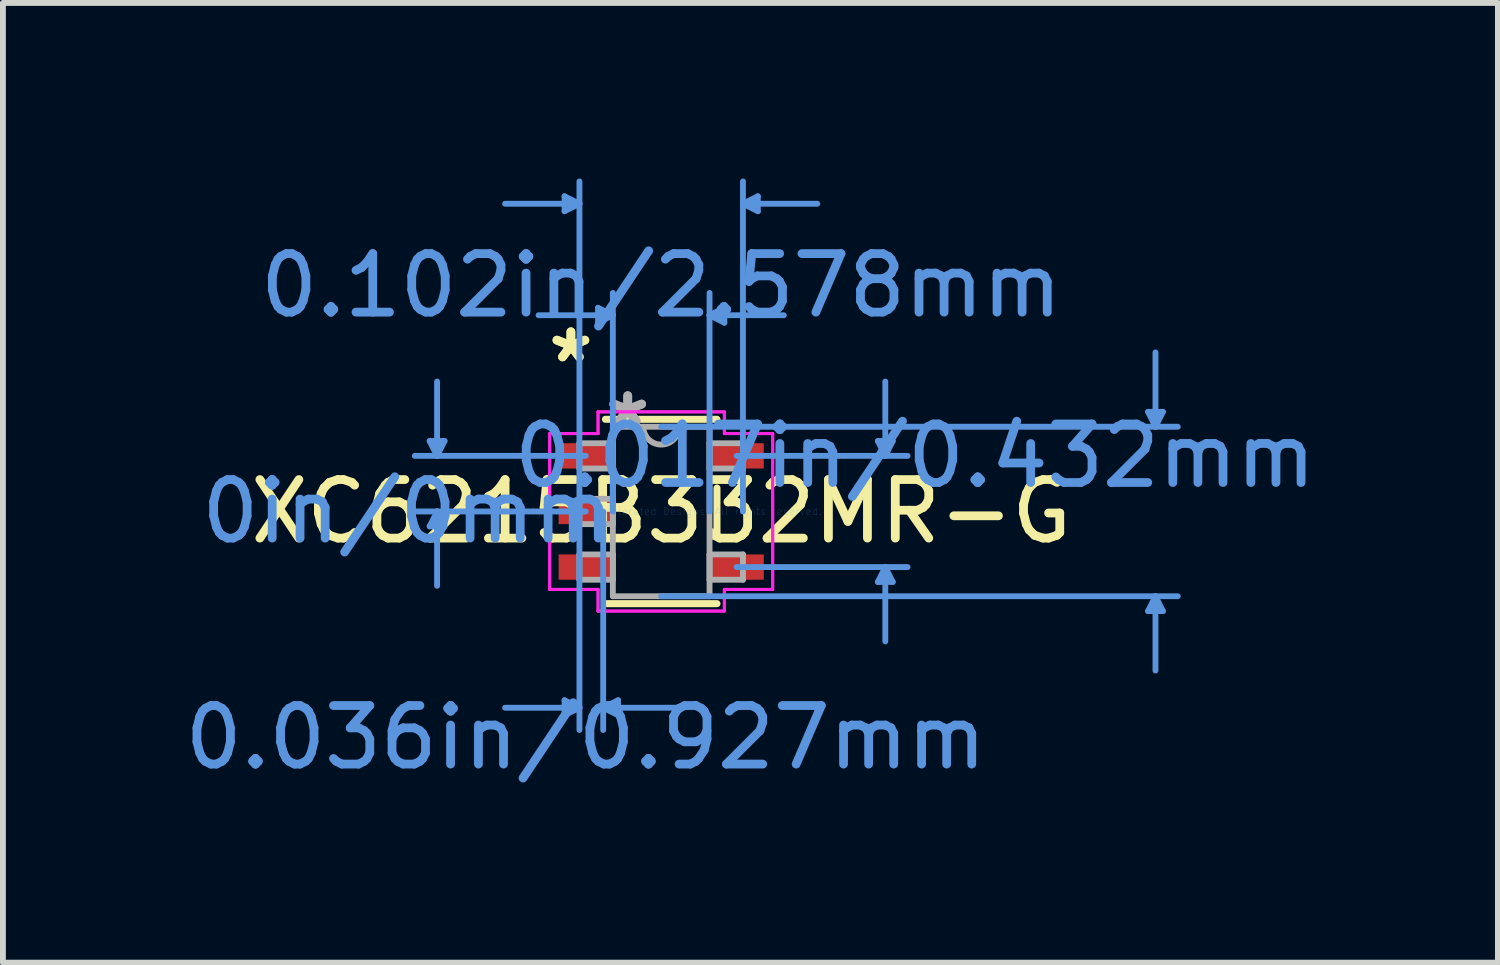
<source format=kicad_pcb>
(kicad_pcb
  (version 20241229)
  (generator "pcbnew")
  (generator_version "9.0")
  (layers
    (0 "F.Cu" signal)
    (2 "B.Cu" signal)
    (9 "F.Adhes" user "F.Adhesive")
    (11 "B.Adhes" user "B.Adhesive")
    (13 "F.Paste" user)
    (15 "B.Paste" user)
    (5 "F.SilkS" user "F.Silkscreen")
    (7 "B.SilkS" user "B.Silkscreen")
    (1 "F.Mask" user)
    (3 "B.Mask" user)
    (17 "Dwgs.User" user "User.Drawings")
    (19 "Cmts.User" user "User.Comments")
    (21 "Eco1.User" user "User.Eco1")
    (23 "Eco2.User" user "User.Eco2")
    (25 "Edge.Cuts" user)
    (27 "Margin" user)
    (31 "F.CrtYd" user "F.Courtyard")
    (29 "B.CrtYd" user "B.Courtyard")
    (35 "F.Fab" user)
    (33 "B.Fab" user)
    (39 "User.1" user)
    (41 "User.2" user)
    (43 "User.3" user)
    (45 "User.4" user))
  (footprint "XC6215B332MR-G"
    (layer "F.Cu")
    (at 8.247 5.689)
    (property "Reference" "XC6215B332MR-G" (at 0 0 0) (layer "F.SilkS") (effects (font (size 1 1) (thickness 0.15))))
    (attr through_hole)
    (fp_line (start -0.953 1.575) (end 0.953 1.575) (stroke (width 0.12) (type solid)) (layer "F.SilkS"))
    (fp_line (start 0.953 -1.575) (end -0.953 -1.575) (stroke (width 0.12) (type solid)) (layer "F.SilkS"))
    (fp_line (start 0.953 0.401) (end 0.953 -0.401) (stroke (width 0.12) (type solid)) (layer "F.SilkS"))
    (fp_line (start -3.956 -1.204) (end -3.702 -1.204) (stroke (width 0.1) (type solid)) (layer "Cmts.User"))
    (fp_line (start -3.956 0.254) (end -3.702 0.254) (stroke (width 0.1) (type solid)) (layer "Cmts.User"))
    (fp_line (start -3.829 -0.95) (end -3.956 -1.204) (stroke (width 0.1) (type solid)) (layer "Cmts.User"))
    (fp_line (start -3.829 -0.95) (end -3.829 -2.22) (stroke (width 0.1) (type solid)) (layer "Cmts.User"))
    (fp_line (start -3.829 -0.95) (end -3.702 -1.204) (stroke (width 0.1) (type solid)) (layer "Cmts.User"))
    (fp_line (start -3.829 0) (end -3.956 0.254) (stroke (width 0.1) (type solid)) (layer "Cmts.User"))
    (fp_line (start -3.829 0) (end -3.829 1.27) (stroke (width 0.1) (type solid)) (layer "Cmts.User"))
    (fp_line (start -3.829 0) (end -3.702 0.254) (stroke (width 0.1) (type solid)) (layer "Cmts.User"))
    (fp_line (start -1.651 -5.385) (end -1.651 -5.131) (stroke (width 0.1) (type solid)) (layer "Cmts.User"))
    (fp_line (start -1.651 3.226) (end -1.651 3.48) (stroke (width 0.1) (type solid)) (layer "Cmts.User"))
    (fp_line (start -1.397 -5.258) (end -2.667 -5.258) (stroke (width 0.1) (type solid)) (layer "Cmts.User"))
    (fp_line (start -1.397 -5.258) (end -1.651 -5.385) (stroke (width 0.1) (type solid)) (layer "Cmts.User"))
    (fp_line (start -1.397 -5.258) (end -1.651 -5.131) (stroke (width 0.1) (type solid)) (layer "Cmts.User"))
    (fp_line (start -1.397 0) (end -1.397 -5.639) (stroke (width 0.1) (type solid)) (layer "Cmts.User"))
    (fp_line (start -1.397 0) (end -1.397 3.734) (stroke (width 0.1) (type solid)) (layer "Cmts.User"))
    (fp_line (start -1.397 3.353) (end -2.667 3.353) (stroke (width 0.1) (type solid)) (layer "Cmts.User"))
    (fp_line (start -1.397 3.353) (end -1.651 3.226) (stroke (width 0.1) (type solid)) (layer "Cmts.User"))
    (fp_line (start -1.397 3.353) (end -1.651 3.48) (stroke (width 0.1) (type solid)) (layer "Cmts.User"))
    (fp_line (start -1.289 -0.95) (end -4.21 -0.95) (stroke (width 0.1) (type solid)) (layer "Cmts.User"))
    (fp_line (start -1.289 0) (end -4.21 0) (stroke (width 0.1) (type solid)) (layer "Cmts.User"))
    (fp_line (start -1.079 -3.48) (end -1.079 -3.226) (stroke (width 0.1) (type solid)) (layer "Cmts.User"))
    (fp_line (start -0.991 0) (end -0.991 3.734) (stroke (width 0.1) (type solid)) (layer "Cmts.User"))
    (fp_line (start -0.991 3.353) (end -0.737 3.226) (stroke (width 0.1) (type solid)) (layer "Cmts.User"))
    (fp_line (start -0.991 3.353) (end -0.737 3.48) (stroke (width 0.1) (type solid)) (layer "Cmts.User"))
    (fp_line (start -0.991 3.353) (end 0.279 3.353) (stroke (width 0.1) (type solid)) (layer "Cmts.User"))
    (fp_line (start -0.826 -3.353) (end -2.095 -3.353) (stroke (width 0.1) (type solid)) (layer "Cmts.User"))
    (fp_line (start -0.826 -3.353) (end -1.079 -3.48) (stroke (width 0.1) (type solid)) (layer "Cmts.User"))
    (fp_line (start -0.826 -3.353) (end -1.079 -3.226) (stroke (width 0.1) (type solid)) (layer "Cmts.User"))
    (fp_line (start -0.826 0) (end -0.826 -3.734) (stroke (width 0.1) (type solid)) (layer "Cmts.User"))
    (fp_line (start -0.737 3.226) (end -0.737 3.48) (stroke (width 0.1) (type solid)) (layer "Cmts.User"))
    (fp_line (start 0 -1.448) (end 8.826 -1.448) (stroke (width 0.1) (type solid)) (layer "Cmts.User"))
    (fp_line (start 0 1.448) (end 8.826 1.448) (stroke (width 0.1) (type solid)) (layer "Cmts.User"))
    (fp_line (start 0.826 -3.353) (end 1.079 -3.48) (stroke (width 0.1) (type solid)) (layer "Cmts.User"))
    (fp_line (start 0.826 -3.353) (end 1.079 -3.226) (stroke (width 0.1) (type solid)) (layer "Cmts.User"))
    (fp_line (start 0.826 -3.353) (end 2.095 -3.353) (stroke (width 0.1) (type solid)) (layer "Cmts.User"))
    (fp_line (start 0.826 0) (end 0.826 -3.734) (stroke (width 0.1) (type solid)) (layer "Cmts.User"))
    (fp_line (start 1.079 -3.48) (end 1.079 -3.226) (stroke (width 0.1) (type solid)) (layer "Cmts.User"))
    (fp_line (start 1.289 -0.95) (end 4.21 -0.95) (stroke (width 0.1) (type solid)) (layer "Cmts.User"))
    (fp_line (start 1.289 0.95) (end 4.21 0.95) (stroke (width 0.1) (type solid)) (layer "Cmts.User"))
    (fp_line (start 1.397 -5.258) (end 1.651 -5.385) (stroke (width 0.1) (type solid)) (layer "Cmts.User"))
    (fp_line (start 1.397 -5.258) (end 1.651 -5.131) (stroke (width 0.1) (type solid)) (layer "Cmts.User"))
    (fp_line (start 1.397 -5.258) (end 2.667 -5.258) (stroke (width 0.1) (type solid)) (layer "Cmts.User"))
    (fp_line (start 1.397 0) (end 1.397 -5.639) (stroke (width 0.1) (type solid)) (layer "Cmts.User"))
    (fp_line (start 1.651 -5.385) (end 1.651 -5.131) (stroke (width 0.1) (type solid)) (layer "Cmts.User"))
    (fp_line (start 3.702 -1.204) (end 3.956 -1.204) (stroke (width 0.1) (type solid)) (layer "Cmts.User"))
    (fp_line (start 3.702 1.204) (end 3.956 1.204) (stroke (width 0.1) (type solid)) (layer "Cmts.User"))
    (fp_line (start 3.829 -0.95) (end 3.702 -1.204) (stroke (width 0.1) (type solid)) (layer "Cmts.User"))
    (fp_line (start 3.829 -0.95) (end 3.829 -2.22) (stroke (width 0.1) (type solid)) (layer "Cmts.User"))
    (fp_line (start 3.829 -0.95) (end 3.956 -1.204) (stroke (width 0.1) (type solid)) (layer "Cmts.User"))
    (fp_line (start 3.829 0.95) (end 3.702 1.204) (stroke (width 0.1) (type solid)) (layer "Cmts.User"))
    (fp_line (start 3.829 0.95) (end 3.829 2.22) (stroke (width 0.1) (type solid)) (layer "Cmts.User"))
    (fp_line (start 3.829 0.95) (end 3.956 1.204) (stroke (width 0.1) (type solid)) (layer "Cmts.User"))
    (fp_line (start 8.319 -1.702) (end 8.572 -1.702) (stroke (width 0.1) (type solid)) (layer "Cmts.User"))
    (fp_line (start 8.319 1.702) (end 8.572 1.702) (stroke (width 0.1) (type solid)) (layer "Cmts.User"))
    (fp_line (start 8.445 -1.448) (end 8.319 -1.702) (stroke (width 0.1) (type solid)) (layer "Cmts.User"))
    (fp_line (start 8.445 -1.448) (end 8.445 -2.718) (stroke (width 0.1) (type solid)) (layer "Cmts.User"))
    (fp_line (start 8.445 -1.448) (end 8.572 -1.702) (stroke (width 0.1) (type solid)) (layer "Cmts.User"))
    (fp_line (start 8.445 1.448) (end 8.319 1.702) (stroke (width 0.1) (type solid)) (layer "Cmts.User"))
    (fp_line (start 8.445 1.448) (end 8.445 2.718) (stroke (width 0.1) (type solid)) (layer "Cmts.User"))
    (fp_line (start 8.445 1.448) (end 8.572 1.702) (stroke (width 0.1) (type solid)) (layer "Cmts.User"))
    (fp_line (start -1.905 -1.331) (end -1.079 -1.331) (stroke (width 0.05) (type solid)) (layer "F.CrtYd"))
    (fp_line (start -1.905 -1.331) (end -1.079 -1.331) (stroke (width 0.05) (type solid)) (layer "F.CrtYd"))
    (fp_line (start -1.905 1.331) (end -1.905 -1.331) (stroke (width 0.05) (type solid)) (layer "F.CrtYd"))
    (fp_line (start -1.905 1.331) (end -1.905 -1.331) (stroke (width 0.05) (type solid)) (layer "F.CrtYd"))
    (fp_line (start -1.079 -1.702) (end 1.079 -1.702) (stroke (width 0.05) (type solid)) (layer "F.CrtYd"))
    (fp_line (start -1.079 -1.702) (end 1.079 -1.702) (stroke (width 0.05) (type solid)) (layer "F.CrtYd"))
    (fp_line (start -1.079 -1.331) (end -1.079 -1.702) (stroke (width 0.05) (type solid)) (layer "F.CrtYd"))
    (fp_line (start -1.079 -1.331) (end -1.079 -1.702) (stroke (width 0.05) (type solid)) (layer "F.CrtYd"))
    (fp_line (start -1.079 1.331) (end -1.905 1.331) (stroke (width 0.05) (type solid)) (layer "F.CrtYd"))
    (fp_line (start -1.079 1.331) (end -1.905 1.331) (stroke (width 0.05) (type solid)) (layer "F.CrtYd"))
    (fp_line (start -1.079 1.702) (end -1.079 1.331) (stroke (width 0.05) (type solid)) (layer "F.CrtYd"))
    (fp_line (start -1.079 1.702) (end -1.079 1.331) (stroke (width 0.05) (type solid)) (layer "F.CrtYd"))
    (fp_line (start 1.079 -1.702) (end 1.079 -1.331) (stroke (width 0.05) (type solid)) (layer "F.CrtYd"))
    (fp_line (start 1.079 -1.702) (end 1.079 -1.331) (stroke (width 0.05) (type solid)) (layer "F.CrtYd"))
    (fp_line (start 1.079 -1.331) (end 1.905 -1.331) (stroke (width 0.05) (type solid)) (layer "F.CrtYd"))
    (fp_line (start 1.079 -1.331) (end 1.905 -1.331) (stroke (width 0.05) (type solid)) (layer "F.CrtYd"))
    (fp_line (start 1.079 1.331) (end 1.079 1.702) (stroke (width 0.05) (type solid)) (layer "F.CrtYd"))
    (fp_line (start 1.079 1.331) (end 1.079 1.702) (stroke (width 0.05) (type solid)) (layer "F.CrtYd"))
    (fp_line (start 1.079 1.702) (end -1.079 1.702) (stroke (width 0.05) (type solid)) (layer "F.CrtYd"))
    (fp_line (start 1.079 1.702) (end -1.079 1.702) (stroke (width 0.05) (type solid)) (layer "F.CrtYd"))
    (fp_line (start 1.905 -1.331) (end 1.905 1.331) (stroke (width 0.05) (type solid)) (layer "F.CrtYd"))
    (fp_line (start 1.905 -1.331) (end 1.905 1.331) (stroke (width 0.05) (type solid)) (layer "F.CrtYd"))
    (fp_line (start 1.905 1.331) (end 1.079 1.331) (stroke (width 0.05) (type solid)) (layer "F.CrtYd"))
    (fp_line (start 1.905 1.331) (end 1.079 1.331) (stroke (width 0.05) (type solid)) (layer "F.CrtYd"))
    (fp_line (start -1.397 -1.166) (end -1.397 -0.734) (stroke (width 0.1) (type solid)) (layer "F.Fab"))
    (fp_line (start -1.397 -0.734) (end -0.826 -0.734) (stroke (width 0.1) (type solid)) (layer "F.Fab"))
    (fp_line (start -1.397 -0.216) (end -1.397 0.216) (stroke (width 0.1) (type solid)) (layer "F.Fab"))
    (fp_line (start -1.397 0.216) (end -0.826 0.216) (stroke (width 0.1) (type solid)) (layer "F.Fab"))
    (fp_line (start -1.397 0.734) (end -1.397 1.166) (stroke (width 0.1) (type solid)) (layer "F.Fab"))
    (fp_line (start -1.397 1.166) (end -0.826 1.166) (stroke (width 0.1) (type solid)) (layer "F.Fab"))
    (fp_line (start -0.826 -1.448) (end -0.826 1.448) (stroke (width 0.1) (type solid)) (layer "F.Fab"))
    (fp_line (start -0.826 -1.166) (end -1.397 -1.166) (stroke (width 0.1) (type solid)) (layer "F.Fab"))
    (fp_line (start -0.826 -0.734) (end -0.826 -1.166) (stroke (width 0.1) (type solid)) (layer "F.Fab"))
    (fp_line (start -0.826 -0.216) (end -1.397 -0.216) (stroke (width 0.1) (type solid)) (layer "F.Fab"))
    (fp_line (start -0.826 0.216) (end -0.826 -0.216) (stroke (width 0.1) (type solid)) (layer "F.Fab"))
    (fp_line (start -0.826 0.734) (end -1.397 0.734) (stroke (width 0.1) (type solid)) (layer "F.Fab"))
    (fp_line (start -0.826 1.166) (end -0.826 0.734) (stroke (width 0.1) (type solid)) (layer "F.Fab"))
    (fp_line (start -0.826 1.448) (end 0.826 1.448) (stroke (width 0.1) (type solid)) (layer "F.Fab"))
    (fp_line (start 0.826 -1.448) (end -0.826 -1.448) (stroke (width 0.1) (type solid)) (layer "F.Fab"))
    (fp_line (start 0.826 -1.166) (end 0.826 -0.734) (stroke (width 0.1) (type solid)) (layer "F.Fab"))
    (fp_line (start 0.826 -0.734) (end 1.397 -0.734) (stroke (width 0.1) (type solid)) (layer "F.Fab"))
    (fp_line (start 0.826 0.734) (end 0.826 1.166) (stroke (width 0.1) (type solid)) (layer "F.Fab"))
    (fp_line (start 0.826 1.166) (end 1.397 1.166) (stroke (width 0.1) (type solid)) (layer "F.Fab"))
    (fp_line (start 0.826 1.448) (end 0.826 -1.448) (stroke (width 0.1) (type solid)) (layer "F.Fab"))
    (fp_line (start 1.397 -1.166) (end 0.826 -1.166) (stroke (width 0.1) (type solid)) (layer "F.Fab"))
    (fp_line (start 1.397 -0.734) (end 1.397 -1.166) (stroke (width 0.1) (type solid)) (layer "F.Fab"))
    (fp_line (start 1.397 0.734) (end 0.826 0.734) (stroke (width 0.1) (type solid)) (layer "F.Fab"))
    (fp_line (start 1.397 1.166) (end 1.397 0.734) (stroke (width 0.1) (type solid)) (layer "F.Fab"))
    (fp_arc (start 0.3048 -1.4478) (mid 0 -1.143) (end -0.3048 -1.4478) (stroke (width 0.1) (type solid)) (layer "F.Fab"))
    (fp_text user "*" (at -1.543 -2.525 0) (layer "F.SilkS") (effects (font (size 1 1) (thickness 0.15))))
    (fp_text user "*" (at -1.543 -2.525 0) (layer "F.SilkS") (effects (font (size 1 1) (thickness 0.15))))
    (fp_text user "0.102in/2.578mm" (at 0 -3.861 0) (layer "Cmts.User") (effects (font (size 1 1) (thickness 0.15))))
    (fp_text user "0in/0mm" (at -4.337 0 0) (layer "Cmts.User") (effects (font (size 1 1) (thickness 0.15))))
    (fp_text user "0.017in/0.432mm" (at 4.337 -0.95 0) (layer "Cmts.User") (effects (font (size 1 1) (thickness 0.15))))
    (fp_text user "0.036in/0.927mm" (at -1.289 3.861 0) (layer "Cmts.User") (effects (font (size 1 1) (thickness 0.15))))
    (fp_text user "Copyright 2021 Accelerated Designs. All rights reserved." (at 0 0 0) (layer "Cmts.User") (effects (font (size 0.127 0.127) (thickness 0.002))))
    (fp_text user "*" (at -0.572 -1.433 0) (layer "F.Fab") (effects (font (size 1 1) (thickness 0.15))))
    (fp_text user "*" (at -0.572 -1.433 0) (layer "F.Fab") (effects (font (size 1 1) (thickness 0.15))))
    (pad "1" smd rect (at -1.289 -0.95) (size 0.927 0.432) (layers "F.Cu" "F.Mask" "F.Paste"))
    (pad "2" smd rect (at -1.289 0) (size 0.927 0.432) (layers "F.Cu" "F.Mask" "F.Paste"))
    (pad "3" smd rect (at -1.289 0.95) (size 0.927 0.432) (layers "F.Cu" "F.Mask" "F.Paste"))
    (pad "4" smd rect (at 1.289 0.95) (size 0.927 0.432) (layers "F.Cu" "F.Mask" "F.Paste"))
    (pad "5" smd rect (at 1.289 -0.95) (size 0.927 0.432) (layers "F.Cu" "F.Mask" "F.Paste")))
  (gr_rect
    (start -3 -3)
    (end 22.543 13.398)
    (stroke (width 0.1) (type default))
    (fill no)
    (layer "Edge.Cuts")))
</source>
